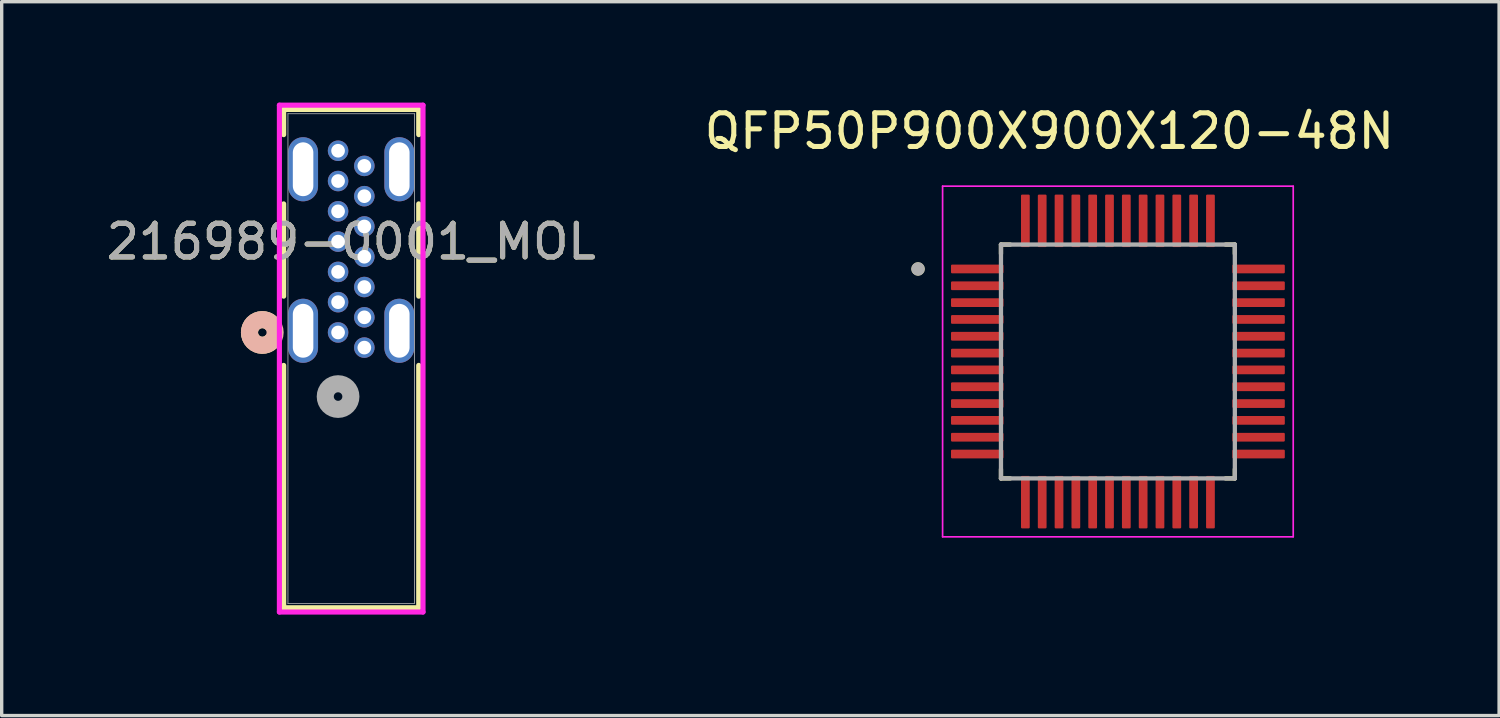
<source format=kicad_pcb>
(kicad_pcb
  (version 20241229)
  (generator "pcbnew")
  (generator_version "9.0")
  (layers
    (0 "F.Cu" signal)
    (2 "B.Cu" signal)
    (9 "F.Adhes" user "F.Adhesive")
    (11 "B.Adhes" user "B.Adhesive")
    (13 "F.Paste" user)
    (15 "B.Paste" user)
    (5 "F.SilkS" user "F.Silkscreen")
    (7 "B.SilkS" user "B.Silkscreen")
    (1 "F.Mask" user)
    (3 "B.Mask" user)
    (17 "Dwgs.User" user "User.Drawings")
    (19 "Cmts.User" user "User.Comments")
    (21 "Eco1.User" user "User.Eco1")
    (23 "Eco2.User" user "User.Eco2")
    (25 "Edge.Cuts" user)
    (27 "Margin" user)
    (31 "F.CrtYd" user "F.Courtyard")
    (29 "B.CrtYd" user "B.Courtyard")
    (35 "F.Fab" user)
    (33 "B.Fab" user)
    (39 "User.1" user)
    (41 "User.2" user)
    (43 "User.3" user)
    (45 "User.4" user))
  (footprint "QFP50P900X900X120-48N"
    (layer "F.Cu")
    (at 30.172 7.693)
    (property "Reference" "QFP50P900X900X120-48N" (at -2.035 -6.845 0) (layer "F.SilkS") (effects (font (size 1 1) (thickness 0.15))))
    (attr smd)
    (fp_line (start -3.475 -3.475) (end -3.475 -3.2) (stroke (width 0.127) (type solid)) (layer "F.SilkS"))
    (fp_line (start -3.475 -3.475) (end -3.2 -3.475) (stroke (width 0.127) (type solid)) (layer "F.SilkS"))
    (fp_line (start -3.475 3.475) (end -3.475 3.2) (stroke (width 0.127) (type solid)) (layer "F.SilkS"))
    (fp_line (start -3.475 3.475) (end -3.2 3.475) (stroke (width 0.127) (type solid)) (layer "F.SilkS"))
    (fp_line (start 3.475 -3.475) (end 3.2 -3.475) (stroke (width 0.127) (type solid)) (layer "F.SilkS"))
    (fp_line (start 3.475 -3.475) (end 3.475 -3.2) (stroke (width 0.127) (type solid)) (layer "F.SilkS"))
    (fp_line (start 3.475 3.475) (end 3.2 3.475) (stroke (width 0.127) (type solid)) (layer "F.SilkS"))
    (fp_line (start 3.475 3.475) (end 3.475 3.2) (stroke (width 0.127) (type solid)) (layer "F.SilkS"))
    (fp_circle (center -5.94 -2.75) (end -5.84 -2.75) (stroke (width 0.2) (type solid)) (fill no) (layer "F.SilkS"))
    (fp_line (start -5.21 -5.21) (end 5.21 -5.21) (stroke (width 0.05) (type solid)) (layer "F.CrtYd"))
    (fp_line (start -5.21 5.21) (end -5.21 -5.21) (stroke (width 0.05) (type solid)) (layer "F.CrtYd"))
    (fp_line (start -5.21 5.21) (end 5.21 5.21) (stroke (width 0.05) (type solid)) (layer "F.CrtYd"))
    (fp_line (start 5.21 5.21) (end 5.21 -5.21) (stroke (width 0.05) (type solid)) (layer "F.CrtYd"))
    (fp_line (start -3.475 3.475) (end -3.475 -3.475) (stroke (width 0.127) (type solid)) (layer "F.Fab"))
    (fp_line (start 3.475 -3.475) (end -3.475 -3.475) (stroke (width 0.127) (type solid)) (layer "F.Fab"))
    (fp_line (start 3.475 3.475) (end -3.475 3.475) (stroke (width 0.127) (type solid)) (layer "F.Fab"))
    (fp_line (start 3.475 3.475) (end 3.475 -3.475) (stroke (width 0.127) (type solid)) (layer "F.Fab"))
    (fp_circle (center -5.94 -2.75) (end -5.84 -2.75) (stroke (width 0.2) (type solid)) (fill no) (layer "F.Fab"))
    (pad "1" smd roundrect (at -4.18 -2.75) (size 1.56 0.26) (layers "F.Cu" "F.Mask" "F.Paste") (roundrect_rratio 0.125))
    (pad "2" smd roundrect (at -4.18 -2.25) (size 1.56 0.26) (layers "F.Cu" "F.Mask" "F.Paste") (roundrect_rratio 0.125))
    (pad "3" smd roundrect (at -4.18 -1.75) (size 1.56 0.26) (layers "F.Cu" "F.Mask" "F.Paste") (roundrect_rratio 0.125))
    (pad "4" smd roundrect (at -4.18 -1.25) (size 1.56 0.26) (layers "F.Cu" "F.Mask" "F.Paste") (roundrect_rratio 0.125))
    (pad "5" smd roundrect (at -4.18 -0.75) (size 1.56 0.26) (layers "F.Cu" "F.Mask" "F.Paste") (roundrect_rratio 0.125))
    (pad "6" smd roundrect (at -4.18 -0.25) (size 1.56 0.26) (layers "F.Cu" "F.Mask" "F.Paste") (roundrect_rratio 0.125))
    (pad "7" smd roundrect (at -4.18 0.25) (size 1.56 0.26) (layers "F.Cu" "F.Mask" "F.Paste") (roundrect_rratio 0.125))
    (pad "8" smd roundrect (at -4.18 0.75) (size 1.56 0.26) (layers "F.Cu" "F.Mask" "F.Paste") (roundrect_rratio 0.125))
    (pad "9" smd roundrect (at -4.18 1.25) (size 1.56 0.26) (layers "F.Cu" "F.Mask" "F.Paste") (roundrect_rratio 0.125))
    (pad "10" smd roundrect (at -4.18 1.75) (size 1.56 0.26) (layers "F.Cu" "F.Mask" "F.Paste") (roundrect_rratio 0.125))
    (pad "11" smd roundrect (at -4.18 2.25) (size 1.56 0.26) (layers "F.Cu" "F.Mask" "F.Paste") (roundrect_rratio 0.125))
    (pad "12" smd roundrect (at -4.18 2.75) (size 1.56 0.26) (layers "F.Cu" "F.Mask" "F.Paste") (roundrect_rratio 0.125))
    (pad "13" smd roundrect (at -2.75 4.18) (size 0.26 1.56) (layers "F.Cu" "F.Mask" "F.Paste") (roundrect_rratio 0.125))
    (pad "14" smd roundrect (at -2.25 4.18) (size 0.26 1.56) (layers "F.Cu" "F.Mask" "F.Paste") (roundrect_rratio 0.125))
    (pad "15" smd roundrect (at -1.75 4.18) (size 0.26 1.56) (layers "F.Cu" "F.Mask" "F.Paste") (roundrect_rratio 0.125))
    (pad "16" smd roundrect (at -1.25 4.18) (size 0.26 1.56) (layers "F.Cu" "F.Mask" "F.Paste") (roundrect_rratio 0.125))
    (pad "17" smd roundrect (at -0.75 4.18) (size 0.26 1.56) (layers "F.Cu" "F.Mask" "F.Paste") (roundrect_rratio 0.125))
    (pad "18" smd roundrect (at -0.25 4.18) (size 0.26 1.56) (layers "F.Cu" "F.Mask" "F.Paste") (roundrect_rratio 0.125))
    (pad "19" smd roundrect (at 0.25 4.18) (size 0.26 1.56) (layers "F.Cu" "F.Mask" "F.Paste") (roundrect_rratio 0.125))
    (pad "20" smd roundrect (at 0.75 4.18) (size 0.26 1.56) (layers "F.Cu" "F.Mask" "F.Paste") (roundrect_rratio 0.125))
    (pad "21" smd roundrect (at 1.25 4.18) (size 0.26 1.56) (layers "F.Cu" "F.Mask" "F.Paste") (roundrect_rratio 0.125))
    (pad "22" smd roundrect (at 1.75 4.18) (size 0.26 1.56) (layers "F.Cu" "F.Mask" "F.Paste") (roundrect_rratio 0.125))
    (pad "23" smd roundrect (at 2.25 4.18) (size 0.26 1.56) (layers "F.Cu" "F.Mask" "F.Paste") (roundrect_rratio 0.125))
    (pad "24" smd roundrect (at 2.75 4.18) (size 0.26 1.56) (layers "F.Cu" "F.Mask" "F.Paste") (roundrect_rratio 0.125))
    (pad "25" smd roundrect (at 4.18 2.75) (size 1.56 0.26) (layers "F.Cu" "F.Mask" "F.Paste") (roundrect_rratio 0.125))
    (pad "26" smd roundrect (at 4.18 2.25) (size 1.56 0.26) (layers "F.Cu" "F.Mask" "F.Paste") (roundrect_rratio 0.125))
    (pad "27" smd roundrect (at 4.18 1.75) (size 1.56 0.26) (layers "F.Cu" "F.Mask" "F.Paste") (roundrect_rratio 0.125))
    (pad "28" smd roundrect (at 4.18 1.25) (size 1.56 0.26) (layers "F.Cu" "F.Mask" "F.Paste") (roundrect_rratio 0.125))
    (pad "29" smd roundrect (at 4.18 0.75) (size 1.56 0.26) (layers "F.Cu" "F.Mask" "F.Paste") (roundrect_rratio 0.125))
    (pad "30" smd roundrect (at 4.18 0.25) (size 1.56 0.26) (layers "F.Cu" "F.Mask" "F.Paste") (roundrect_rratio 0.125))
    (pad "31" smd roundrect (at 4.18 -0.25) (size 1.56 0.26) (layers "F.Cu" "F.Mask" "F.Paste") (roundrect_rratio 0.125))
    (pad "32" smd roundrect (at 4.18 -0.75) (size 1.56 0.26) (layers "F.Cu" "F.Mask" "F.Paste") (roundrect_rratio 0.125))
    (pad "33" smd roundrect (at 4.18 -1.25) (size 1.56 0.26) (layers "F.Cu" "F.Mask" "F.Paste") (roundrect_rratio 0.125))
    (pad "34" smd roundrect (at 4.18 -1.75) (size 1.56 0.26) (layers "F.Cu" "F.Mask" "F.Paste") (roundrect_rratio 0.125))
    (pad "35" smd roundrect (at 4.18 -2.25) (size 1.56 0.26) (layers "F.Cu" "F.Mask" "F.Paste") (roundrect_rratio 0.125))
    (pad "36" smd roundrect (at 4.18 -2.75) (size 1.56 0.26) (layers "F.Cu" "F.Mask" "F.Paste") (roundrect_rratio 0.125))
    (pad "37" smd roundrect (at 2.75 -4.18) (size 0.26 1.56) (layers "F.Cu" "F.Mask" "F.Paste") (roundrect_rratio 0.125))
    (pad "38" smd roundrect (at 2.25 -4.18) (size 0.26 1.56) (layers "F.Cu" "F.Mask" "F.Paste") (roundrect_rratio 0.125))
    (pad "39" smd roundrect (at 1.75 -4.18) (size 0.26 1.56) (layers "F.Cu" "F.Mask" "F.Paste") (roundrect_rratio 0.125))
    (pad "40" smd roundrect (at 1.25 -4.18) (size 0.26 1.56) (layers "F.Cu" "F.Mask" "F.Paste") (roundrect_rratio 0.125))
    (pad "41" smd roundrect (at 0.75 -4.18) (size 0.26 1.56) (layers "F.Cu" "F.Mask" "F.Paste") (roundrect_rratio 0.125))
    (pad "42" smd roundrect (at 0.25 -4.18) (size 0.26 1.56) (layers "F.Cu" "F.Mask" "F.Paste") (roundrect_rratio 0.125))
    (pad "43" smd roundrect (at -0.25 -4.18) (size 0.26 1.56) (layers "F.Cu" "F.Mask" "F.Paste") (roundrect_rratio 0.125))
    (pad "44" smd roundrect (at -0.75 -4.18) (size 0.26 1.56) (layers "F.Cu" "F.Mask" "F.Paste") (roundrect_rratio 0.125))
    (pad "45" smd roundrect (at -1.25 -4.18) (size 0.26 1.56) (layers "F.Cu" "F.Mask" "F.Paste") (roundrect_rratio 0.125))
    (pad "46" smd roundrect (at -1.75 -4.18) (size 0.26 1.56) (layers "F.Cu" "F.Mask" "F.Paste") (roundrect_rratio 0.125))
    (pad "47" smd roundrect (at -2.25 -4.18) (size 0.26 1.56) (layers "F.Cu" "F.Mask" "F.Paste") (roundrect_rratio 0.125))
    (pad "48" smd roundrect (at -2.75 -4.18) (size 0.26 1.56) (layers "F.Cu" "F.Mask" "F.Paste") (roundrect_rratio 0.125)))
  (footprint "216989-0001_MOL"
    (layer "F.Cu")
    (at 6.997 6.83)
    (property "Reference" "216989-0001_MOL" (at 0.39 -2.7 0) (unlocked yes) (layer "F.SilkS") (effects (font (size 1 1) (thickness 0.15))))
    (attr through_hole)
    (fp_line (start -1.617 -6.627) (end -1.617 -5.879) (stroke (width 0.152) (type solid)) (layer "F.SilkS"))
    (fp_line (start -1.617 -3.821) (end -1.617 -1.079) (stroke (width 0.152) (type solid)) (layer "F.SilkS"))
    (fp_line (start -1.617 0.979) (end -1.617 8.181) (stroke (width 0.152) (type solid)) (layer "F.SilkS"))
    (fp_line (start -1.617 8.181) (end 2.397 8.181) (stroke (width 0.152) (type solid)) (layer "F.SilkS"))
    (fp_line (start 2.397 -6.627) (end -1.617 -6.627) (stroke (width 0.152) (type solid)) (layer "F.SilkS"))
    (fp_line (start 2.397 -5.879) (end 2.397 -6.627) (stroke (width 0.152) (type solid)) (layer "F.SilkS"))
    (fp_line (start 2.397 -1.079) (end 2.397 -3.821) (stroke (width 0.152) (type solid)) (layer "F.SilkS"))
    (fp_line (start 2.397 8.181) (end 2.397 0.979) (stroke (width 0.152) (type solid)) (layer "F.SilkS"))
    (fp_arc (start -1.99504 0.28167) (mid -2.6326 0) (end -1.99504 -0.28167) (stroke (width 0.508) (type solid)) (layer "F.SilkS"))
    (fp_circle (center -2.252 0) (end -1.871 0) (stroke (width 0.508) (type solid)) (fill no) (layer "B.SilkS"))
    (fp_line (start -1.744 -6.754) (end -1.744 8.308) (stroke (width 0.152) (type solid)) (layer "F.CrtYd"))
    (fp_line (start -1.744 8.308) (end 2.524 8.308) (stroke (width 0.152) (type solid)) (layer "F.CrtYd"))
    (fp_line (start 2.524 -6.754) (end -1.744 -6.754) (stroke (width 0.152) (type solid)) (layer "F.CrtYd"))
    (fp_line (start 2.524 8.308) (end 2.524 -6.754) (stroke (width 0.152) (type solid)) (layer "F.CrtYd"))
    (fp_line (start -1.49 -6.5) (end -1.49 8.054) (stroke (width 0.025) (type solid)) (layer "F.Fab"))
    (fp_line (start -1.49 8.054) (end 2.27 8.054) (stroke (width 0.025) (type solid)) (layer "F.Fab"))
    (fp_line (start 2.27 -6.5) (end -1.49 -6.5) (stroke (width 0.025) (type solid)) (layer "F.Fab"))
    (fp_line (start 2.27 8.054) (end 2.27 -6.5) (stroke (width 0.025) (type solid)) (layer "F.Fab"))
    (fp_circle (center 0 1.905) (end 0.381 1.905) (stroke (width 0.508) (type solid)) (fill no) (layer "F.Fab"))
    (fp_text user "${REFERENCE}" (at 0.39 -2.7 0) (unlocked yes) (layer "F.Fab") (effects (font (size 1 1) (thickness 0.15))))
    (pad "" np_thru_hole oval (at -1.04 -4.85) (size 0.889 1.905) (drill oval 0.61 1.6) (layers "*.Cu" "*.Mask"))
    (pad "" np_thru_hole oval (at -1.04 -0.05) (size 0.889 1.905) (drill oval 0.61 1.6) (layers "*.Cu" "*.Mask"))
    (pad "" np_thru_hole oval (at 1.82 -4.85) (size 0.889 1.905) (drill oval 0.61 1.6) (layers "*.Cu" "*.Mask"))
    (pad "" np_thru_hole oval (at 1.82 -0.05) (size 0.889 1.905) (drill oval 0.61 1.6) (layers "*.Cu" "*.Mask"))
    (pad "A1" thru_hole circle (at 0 0) (size 0.61 0.61) (drill 0.406) (layers "*.Cu" "*.Mask"))
    (pad "A4" thru_hole circle (at 0 -0.9) (size 0.61 0.61) (drill 0.406) (layers "*.Cu" "*.Mask"))
    (pad "A5" thru_hole circle (at 0 -1.8) (size 0.61 0.61) (drill 0.406) (layers "*.Cu" "*.Mask"))
    (pad "A6" thru_hole circle (at 0 -2.7) (size 0.61 0.61) (drill 0.406) (layers "*.Cu" "*.Mask"))
    (pad "A7" thru_hole circle (at 0 -3.6) (size 0.61 0.61) (drill 0.406) (layers "*.Cu" "*.Mask"))
    (pad "A9" thru_hole circle (at 0 -4.5) (size 0.61 0.61) (drill 0.406) (layers "*.Cu" "*.Mask"))
    (pad "A12" thru_hole circle (at 0 -5.4) (size 0.61 0.61) (drill 0.406) (layers "*.Cu" "*.Mask"))
    (pad "B1" thru_hole circle (at 0.78 -4.95) (size 0.61 0.61) (drill 0.406) (layers "*.Cu" "*.Mask"))
    (pad "B4" thru_hole circle (at 0.78 -4.05) (size 0.61 0.61) (drill 0.406) (layers "*.Cu" "*.Mask"))
    (pad "B5" thru_hole circle (at 0.78 -3.15) (size 0.61 0.61) (drill 0.406) (layers "*.Cu" "*.Mask"))
    (pad "B6" thru_hole circle (at 0.78 -2.25) (size 0.61 0.61) (drill 0.406) (layers "*.Cu" "*.Mask"))
    (pad "B7" thru_hole circle (at 0.78 -1.35) (size 0.61 0.61) (drill 0.406) (layers "*.Cu" "*.Mask"))
    (pad "B9" thru_hole circle (at 0.78 -0.45) (size 0.61 0.61) (drill 0.406) (layers "*.Cu" "*.Mask"))
    (pad "B12" thru_hole circle (at 0.78 0.45) (size 0.61 0.61) (drill 0.406) (layers "*.Cu" "*.Mask")))
  (gr_rect
    (start -3 -3)
    (end 41.5 18.215)
    (stroke (width 0.1) (type default))
    (fill no)
    (layer "Edge.Cuts")))
</source>
